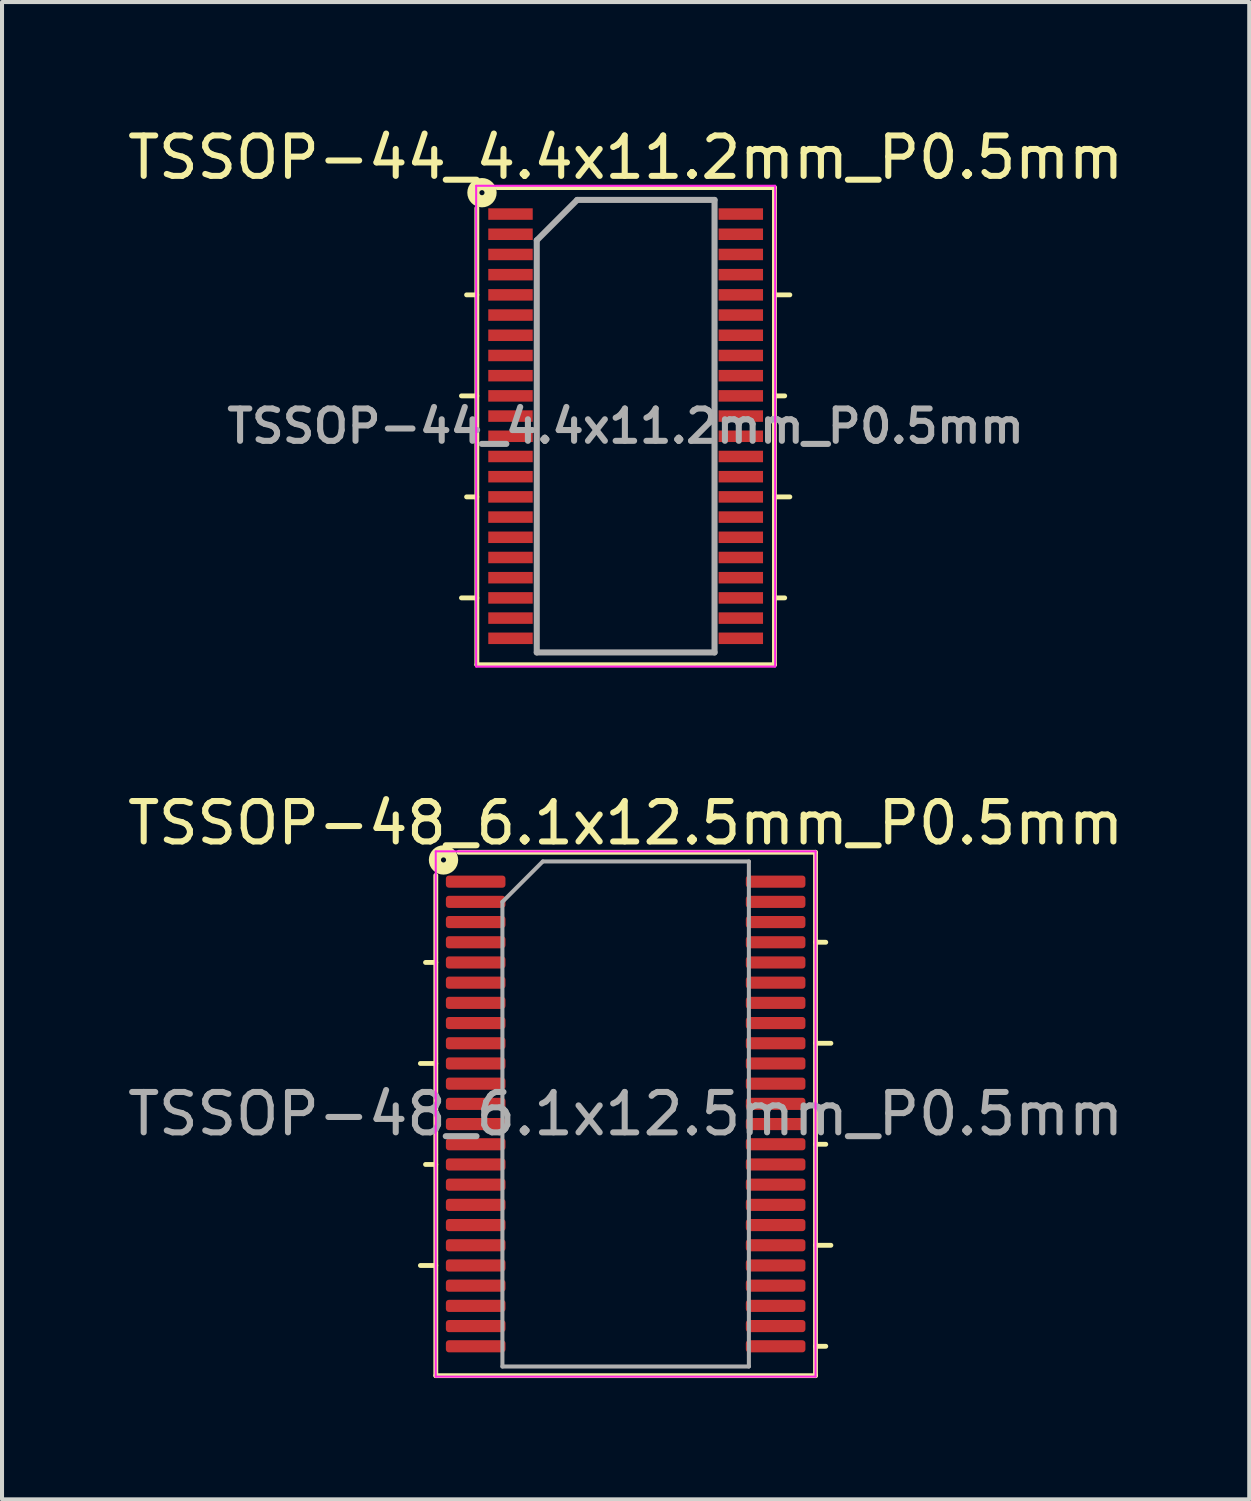
<source format=kicad_pcb>
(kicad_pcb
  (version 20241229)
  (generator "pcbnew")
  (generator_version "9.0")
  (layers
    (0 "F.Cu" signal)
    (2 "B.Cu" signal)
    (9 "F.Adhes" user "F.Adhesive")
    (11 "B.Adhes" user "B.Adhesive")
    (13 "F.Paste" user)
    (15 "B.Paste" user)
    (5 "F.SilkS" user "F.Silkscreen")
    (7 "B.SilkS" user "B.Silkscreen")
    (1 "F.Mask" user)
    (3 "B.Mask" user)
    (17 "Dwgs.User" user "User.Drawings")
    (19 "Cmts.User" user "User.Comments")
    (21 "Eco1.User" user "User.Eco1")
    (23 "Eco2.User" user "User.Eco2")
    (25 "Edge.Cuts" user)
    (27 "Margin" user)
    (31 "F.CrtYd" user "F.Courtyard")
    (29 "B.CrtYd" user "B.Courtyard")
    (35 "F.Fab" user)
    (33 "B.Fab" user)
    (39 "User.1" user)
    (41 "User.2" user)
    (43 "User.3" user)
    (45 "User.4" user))
  (footprint "TSSOP-48_6.1x12.5mm_P0.5mm"
    (layer "F.Cu")
    (at 12.435 24.521)
    (property "Reference" "TSSOP-48_6.1x12.5mm_P0.5mm" (at 0 -7.2 0) (layer "F.SilkS") (effects (font (size 1 1) (thickness 0.15))))
    (attr smd)
    (fp_line (start -4.699 -5.905) (end -4.699 6.477) (stroke (width 0.12) (type solid)) (layer "F.SilkS"))
    (fp_line (start -4.699 -3.75) (end -4.953 -3.75) (stroke (width 0.12) (type solid)) (layer "F.SilkS"))
    (fp_line (start -4.699 -1.25) (end -5.08 -1.25) (stroke (width 0.12) (type solid)) (layer "F.SilkS"))
    (fp_line (start -4.699 1.25) (end -4.953 1.25) (stroke (width 0.12) (type solid)) (layer "F.SilkS"))
    (fp_line (start -4.699 3.75) (end -5.08 3.75) (stroke (width 0.12) (type solid)) (layer "F.SilkS"))
    (fp_line (start -4.699 6.477) (end 4.699 6.477) (stroke (width 0.12) (type solid)) (layer "F.SilkS"))
    (fp_line (start 4.699 -6.477) (end -4.128 -6.477) (stroke (width 0.12) (type solid)) (layer "F.SilkS"))
    (fp_line (start 4.699 6.477) (end 4.699 -6.477) (stroke (width 0.12) (type solid)) (layer "F.SilkS"))
    (fp_line (start 4.953 -4.25) (end 4.699 -4.25) (stroke (width 0.12) (type solid)) (layer "F.SilkS"))
    (fp_line (start 4.953 0.75) (end 4.699 0.75) (stroke (width 0.12) (type solid)) (layer "F.SilkS"))
    (fp_line (start 4.953 5.75) (end 4.699 5.75) (stroke (width 0.12) (type solid)) (layer "F.SilkS"))
    (fp_line (start 5.08 -1.75) (end 4.699 -1.75) (stroke (width 0.12) (type solid)) (layer "F.SilkS"))
    (fp_line (start 5.08 3.25) (end 4.699 3.25) (stroke (width 0.12) (type solid)) (layer "F.SilkS"))
    (fp_circle (center -4.508 -6.287) (end -4.445 -6.287) (stroke (width 0.3) (type solid)) (fill no) (layer "F.SilkS"))
    (fp_line (start -4.7 -6.5) (end -4.7 6.5) (stroke (width 0.05) (type solid)) (layer "F.CrtYd"))
    (fp_line (start -4.7 6.5) (end 4.7 6.5) (stroke (width 0.05) (type solid)) (layer "F.CrtYd"))
    (fp_line (start 4.7 -6.5) (end -4.7 -6.5) (stroke (width 0.05) (type solid)) (layer "F.CrtYd"))
    (fp_line (start 4.7 6.5) (end 4.7 -6.5) (stroke (width 0.05) (type solid)) (layer "F.CrtYd"))
    (fp_line (start -3.05 -5.25) (end -2.05 -6.25) (stroke (width 0.1) (type solid)) (layer "F.Fab"))
    (fp_line (start -3.05 6.25) (end -3.05 -5.25) (stroke (width 0.1) (type solid)) (layer "F.Fab"))
    (fp_line (start -2.05 -6.25) (end 3.05 -6.25) (stroke (width 0.1) (type solid)) (layer "F.Fab"))
    (fp_line (start 3.05 -6.25) (end 3.05 6.25) (stroke (width 0.1) (type solid)) (layer "F.Fab"))
    (fp_line (start 3.05 6.25) (end -3.05 6.25) (stroke (width 0.1) (type solid)) (layer "F.Fab"))
    (fp_text user "${REFERENCE}" (at 0 0 0) (layer "F.Fab") (effects (font (size 1 1) (thickness 0.15))))
    (pad "1" smd roundrect (at -3.712 -5.75) (size 1.475 0.3) (layers "F.Cu" "F.Mask" "F.Paste") (roundrect_rratio 0.25))
    (pad "2" smd roundrect (at -3.712 -5.25) (size 1.475 0.3) (layers "F.Cu" "F.Mask" "F.Paste") (roundrect_rratio 0.25))
    (pad "3" smd roundrect (at -3.712 -4.75) (size 1.475 0.3) (layers "F.Cu" "F.Mask" "F.Paste") (roundrect_rratio 0.25))
    (pad "4" smd roundrect (at -3.712 -4.25) (size 1.475 0.3) (layers "F.Cu" "F.Mask" "F.Paste") (roundrect_rratio 0.25))
    (pad "5" smd roundrect (at -3.712 -3.75) (size 1.475 0.3) (layers "F.Cu" "F.Mask" "F.Paste") (roundrect_rratio 0.25))
    (pad "6" smd roundrect (at -3.712 -3.25) (size 1.475 0.3) (layers "F.Cu" "F.Mask" "F.Paste") (roundrect_rratio 0.25))
    (pad "7" smd roundrect (at -3.712 -2.75) (size 1.475 0.3) (layers "F.Cu" "F.Mask" "F.Paste") (roundrect_rratio 0.25))
    (pad "8" smd roundrect (at -3.712 -2.25) (size 1.475 0.3) (layers "F.Cu" "F.Mask" "F.Paste") (roundrect_rratio 0.25))
    (pad "9" smd roundrect (at -3.712 -1.75) (size 1.475 0.3) (layers "F.Cu" "F.Mask" "F.Paste") (roundrect_rratio 0.25))
    (pad "10" smd roundrect (at -3.712 -1.25) (size 1.475 0.3) (layers "F.Cu" "F.Mask" "F.Paste") (roundrect_rratio 0.25))
    (pad "11" smd roundrect (at -3.712 -0.75) (size 1.475 0.3) (layers "F.Cu" "F.Mask" "F.Paste") (roundrect_rratio 0.25))
    (pad "12" smd roundrect (at -3.712 -0.25) (size 1.475 0.3) (layers "F.Cu" "F.Mask" "F.Paste") (roundrect_rratio 0.25))
    (pad "13" smd roundrect (at -3.712 0.25) (size 1.475 0.3) (layers "F.Cu" "F.Mask" "F.Paste") (roundrect_rratio 0.25))
    (pad "14" smd roundrect (at -3.712 0.75) (size 1.475 0.3) (layers "F.Cu" "F.Mask" "F.Paste") (roundrect_rratio 0.25))
    (pad "15" smd roundrect (at -3.712 1.25) (size 1.475 0.3) (layers "F.Cu" "F.Mask" "F.Paste") (roundrect_rratio 0.25))
    (pad "16" smd roundrect (at -3.712 1.75) (size 1.475 0.3) (layers "F.Cu" "F.Mask" "F.Paste") (roundrect_rratio 0.25))
    (pad "17" smd roundrect (at -3.712 2.25) (size 1.475 0.3) (layers "F.Cu" "F.Mask" "F.Paste") (roundrect_rratio 0.25))
    (pad "18" smd roundrect (at -3.712 2.75) (size 1.475 0.3) (layers "F.Cu" "F.Mask" "F.Paste") (roundrect_rratio 0.25))
    (pad "19" smd roundrect (at -3.712 3.25) (size 1.475 0.3) (layers "F.Cu" "F.Mask" "F.Paste") (roundrect_rratio 0.25))
    (pad "20" smd roundrect (at -3.712 3.75) (size 1.475 0.3) (layers "F.Cu" "F.Mask" "F.Paste") (roundrect_rratio 0.25))
    (pad "21" smd roundrect (at -3.712 4.25) (size 1.475 0.3) (layers "F.Cu" "F.Mask" "F.Paste") (roundrect_rratio 0.25))
    (pad "22" smd roundrect (at -3.712 4.75) (size 1.475 0.3) (layers "F.Cu" "F.Mask" "F.Paste") (roundrect_rratio 0.25))
    (pad "23" smd roundrect (at -3.712 5.25) (size 1.475 0.3) (layers "F.Cu" "F.Mask" "F.Paste") (roundrect_rratio 0.25))
    (pad "24" smd roundrect (at -3.712 5.75) (size 1.475 0.3) (layers "F.Cu" "F.Mask" "F.Paste") (roundrect_rratio 0.25))
    (pad "25" smd roundrect (at 3.712 5.75) (size 1.475 0.3) (layers "F.Cu" "F.Mask" "F.Paste") (roundrect_rratio 0.25))
    (pad "26" smd roundrect (at 3.712 5.25) (size 1.475 0.3) (layers "F.Cu" "F.Mask" "F.Paste") (roundrect_rratio 0.25))
    (pad "27" smd roundrect (at 3.712 4.75) (size 1.475 0.3) (layers "F.Cu" "F.Mask" "F.Paste") (roundrect_rratio 0.25))
    (pad "28" smd roundrect (at 3.712 4.25) (size 1.475 0.3) (layers "F.Cu" "F.Mask" "F.Paste") (roundrect_rratio 0.25))
    (pad "29" smd roundrect (at 3.712 3.75) (size 1.475 0.3) (layers "F.Cu" "F.Mask" "F.Paste") (roundrect_rratio 0.25))
    (pad "30" smd roundrect (at 3.712 3.25) (size 1.475 0.3) (layers "F.Cu" "F.Mask" "F.Paste") (roundrect_rratio 0.25))
    (pad "31" smd roundrect (at 3.712 2.75) (size 1.475 0.3) (layers "F.Cu" "F.Mask" "F.Paste") (roundrect_rratio 0.25))
    (pad "32" smd roundrect (at 3.712 2.25) (size 1.475 0.3) (layers "F.Cu" "F.Mask" "F.Paste") (roundrect_rratio 0.25))
    (pad "33" smd roundrect (at 3.712 1.75) (size 1.475 0.3) (layers "F.Cu" "F.Mask" "F.Paste") (roundrect_rratio 0.25))
    (pad "34" smd roundrect (at 3.712 1.25) (size 1.475 0.3) (layers "F.Cu" "F.Mask" "F.Paste") (roundrect_rratio 0.25))
    (pad "35" smd roundrect (at 3.712 0.75) (size 1.475 0.3) (layers "F.Cu" "F.Mask" "F.Paste") (roundrect_rratio 0.25))
    (pad "36" smd roundrect (at 3.712 0.25) (size 1.475 0.3) (layers "F.Cu" "F.Mask" "F.Paste") (roundrect_rratio 0.25))
    (pad "37" smd roundrect (at 3.712 -0.25) (size 1.475 0.3) (layers "F.Cu" "F.Mask" "F.Paste") (roundrect_rratio 0.25))
    (pad "38" smd roundrect (at 3.712 -0.75) (size 1.475 0.3) (layers "F.Cu" "F.Mask" "F.Paste") (roundrect_rratio 0.25))
    (pad "39" smd roundrect (at 3.712 -1.25) (size 1.475 0.3) (layers "F.Cu" "F.Mask" "F.Paste") (roundrect_rratio 0.25))
    (pad "40" smd roundrect (at 3.712 -1.75) (size 1.475 0.3) (layers "F.Cu" "F.Mask" "F.Paste") (roundrect_rratio 0.25))
    (pad "41" smd roundrect (at 3.712 -2.25) (size 1.475 0.3) (layers "F.Cu" "F.Mask" "F.Paste") (roundrect_rratio 0.25))
    (pad "42" smd roundrect (at 3.712 -2.75) (size 1.475 0.3) (layers "F.Cu" "F.Mask" "F.Paste") (roundrect_rratio 0.25))
    (pad "43" smd roundrect (at 3.712 -3.25) (size 1.475 0.3) (layers "F.Cu" "F.Mask" "F.Paste") (roundrect_rratio 0.25))
    (pad "44" smd roundrect (at 3.712 -3.75) (size 1.475 0.3) (layers "F.Cu" "F.Mask" "F.Paste") (roundrect_rratio 0.25))
    (pad "45" smd roundrect (at 3.712 -4.25) (size 1.475 0.3) (layers "F.Cu" "F.Mask" "F.Paste") (roundrect_rratio 0.25))
    (pad "46" smd roundrect (at 3.712 -4.75) (size 1.475 0.3) (layers "F.Cu" "F.Mask" "F.Paste") (roundrect_rratio 0.25))
    (pad "47" smd roundrect (at 3.712 -5.25) (size 1.475 0.3) (layers "F.Cu" "F.Mask" "F.Paste") (roundrect_rratio 0.25))
    (pad "48" smd roundrect (at 3.712 -5.75) (size 1.475 0.3) (layers "F.Cu" "F.Mask" "F.Paste") (roundrect_rratio 0.25)))
  (footprint "TSSOP-44_4.4x11.2mm_P0.5mm"
    (layer "F.Cu")
    (at 12.435 7.498)
    (property "Reference" "TSSOP-44_4.4x11.2mm_P0.5mm" (at 0 -6.65 0) (layer "F.SilkS") (effects (font (size 1 1) (thickness 0.15))))
    (attr smd)
    (fp_line (start -4.064 -0.75) (end -3.683 -0.75) (stroke (width 0.12) (type solid)) (layer "F.SilkS"))
    (fp_line (start -4.064 4.25) (end -3.683 4.25) (stroke (width 0.12) (type solid)) (layer "F.SilkS"))
    (fp_line (start -3.937 -3.25) (end -3.683 -3.25) (stroke (width 0.12) (type solid)) (layer "F.SilkS"))
    (fp_line (start -3.937 1.75) (end -3.683 1.75) (stroke (width 0.12) (type solid)) (layer "F.SilkS"))
    (fp_line (start -3.683 -5.397) (end -3.683 5.905) (stroke (width 0.12) (type solid)) (layer "F.SilkS"))
    (fp_line (start -3.683 5.905) (end 3.683 5.905) (stroke (width 0.12) (type solid)) (layer "F.SilkS"))
    (fp_line (start 3.683 -5.905) (end -3.175 -5.905) (stroke (width 0.12) (type solid)) (layer "F.SilkS"))
    (fp_line (start 3.683 -3.25) (end 4.064 -3.25) (stroke (width 0.12) (type solid)) (layer "F.SilkS"))
    (fp_line (start 3.683 -0.75) (end 3.937 -0.75) (stroke (width 0.12) (type solid)) (layer "F.SilkS"))
    (fp_line (start 3.683 1.75) (end 4.064 1.75) (stroke (width 0.12) (type solid)) (layer "F.SilkS"))
    (fp_line (start 3.683 4.25) (end 3.937 4.25) (stroke (width 0.12) (type solid)) (layer "F.SilkS"))
    (fp_line (start 3.683 5.905) (end 3.683 -5.905) (stroke (width 0.12) (type solid)) (layer "F.SilkS"))
    (fp_circle (center -3.556 -5.779) (end -3.493 -5.779) (stroke (width 0.3) (type solid)) (fill no) (layer "F.SilkS"))
    (fp_line (start -3.7 -5.95) (end -3.7 5.95) (stroke (width 0.05) (type solid)) (layer "F.CrtYd"))
    (fp_line (start -3.7 -5.95) (end 3.7 -5.95) (stroke (width 0.05) (type solid)) (layer "F.CrtYd"))
    (fp_line (start -3.7 5.95) (end 3.7 5.95) (stroke (width 0.05) (type solid)) (layer "F.CrtYd"))
    (fp_line (start 3.7 -5.95) (end 3.7 5.95) (stroke (width 0.05) (type solid)) (layer "F.CrtYd"))
    (fp_line (start -2.2 -4.6) (end -1.2 -5.6) (stroke (width 0.15) (type solid)) (layer "F.Fab"))
    (fp_line (start -2.2 5.6) (end -2.2 -4.6) (stroke (width 0.15) (type solid)) (layer "F.Fab"))
    (fp_line (start -1.2 -5.6) (end 2.2 -5.6) (stroke (width 0.15) (type solid)) (layer "F.Fab"))
    (fp_line (start 2.2 -5.6) (end 2.2 5.6) (stroke (width 0.15) (type solid)) (layer "F.Fab"))
    (fp_line (start 2.2 5.6) (end -2.2 5.6) (stroke (width 0.15) (type solid)) (layer "F.Fab"))
    (fp_text user "${REFERENCE}" (at 0 0 0) (layer "F.Fab") (effects (font (size 0.8 0.8) (thickness 0.15))))
    (pad "1" smd rect (at -2.85 -5.25) (size 1.1 0.285) (layers "F.Cu" "F.Mask" "F.Paste"))
    (pad "2" smd rect (at -2.85 -4.75) (size 1.1 0.285) (layers "F.Cu" "F.Mask" "F.Paste"))
    (pad "3" smd rect (at -2.85 -4.25) (size 1.1 0.285) (layers "F.Cu" "F.Mask" "F.Paste"))
    (pad "4" smd rect (at -2.85 -3.75) (size 1.1 0.285) (layers "F.Cu" "F.Mask" "F.Paste"))
    (pad "5" smd rect (at -2.85 -3.25) (size 1.1 0.285) (layers "F.Cu" "F.Mask" "F.Paste"))
    (pad "6" smd rect (at -2.85 -2.75) (size 1.1 0.285) (layers "F.Cu" "F.Mask" "F.Paste"))
    (pad "7" smd rect (at -2.85 -2.25) (size 1.1 0.285) (layers "F.Cu" "F.Mask" "F.Paste"))
    (pad "8" smd rect (at -2.85 -1.75) (size 1.1 0.285) (layers "F.Cu" "F.Mask" "F.Paste"))
    (pad "9" smd rect (at -2.85 -1.25) (size 1.1 0.285) (layers "F.Cu" "F.Mask" "F.Paste"))
    (pad "10" smd rect (at -2.85 -0.75) (size 1.1 0.285) (layers "F.Cu" "F.Mask" "F.Paste"))
    (pad "11" smd rect (at -2.85 -0.25) (size 1.1 0.285) (layers "F.Cu" "F.Mask" "F.Paste"))
    (pad "12" smd rect (at -2.85 0.25) (size 1.1 0.285) (layers "F.Cu" "F.Mask" "F.Paste"))
    (pad "13" smd rect (at -2.85 0.75) (size 1.1 0.285) (layers "F.Cu" "F.Mask" "F.Paste"))
    (pad "14" smd rect (at -2.85 1.25) (size 1.1 0.285) (layers "F.Cu" "F.Mask" "F.Paste"))
    (pad "15" smd rect (at -2.85 1.75) (size 1.1 0.285) (layers "F.Cu" "F.Mask" "F.Paste"))
    (pad "16" smd rect (at -2.85 2.25) (size 1.1 0.285) (layers "F.Cu" "F.Mask" "F.Paste"))
    (pad "17" smd rect (at -2.85 2.75) (size 1.1 0.285) (layers "F.Cu" "F.Mask" "F.Paste"))
    (pad "18" smd rect (at -2.85 3.25) (size 1.1 0.285) (layers "F.Cu" "F.Mask" "F.Paste"))
    (pad "19" smd rect (at -2.85 3.75) (size 1.1 0.285) (layers "F.Cu" "F.Mask" "F.Paste"))
    (pad "20" smd rect (at -2.85 4.25) (size 1.1 0.285) (layers "F.Cu" "F.Mask" "F.Paste"))
    (pad "21" smd rect (at -2.85 4.75) (size 1.1 0.285) (layers "F.Cu" "F.Mask" "F.Paste"))
    (pad "22" smd rect (at -2.85 5.25) (size 1.1 0.285) (layers "F.Cu" "F.Mask" "F.Paste"))
    (pad "23" smd rect (at 2.85 5.25) (size 1.1 0.285) (layers "F.Cu" "F.Mask" "F.Paste"))
    (pad "24" smd rect (at 2.85 4.75) (size 1.1 0.285) (layers "F.Cu" "F.Mask" "F.Paste"))
    (pad "25" smd rect (at 2.85 4.25) (size 1.1 0.285) (layers "F.Cu" "F.Mask" "F.Paste"))
    (pad "26" smd rect (at 2.85 3.75) (size 1.1 0.285) (layers "F.Cu" "F.Mask" "F.Paste"))
    (pad "27" smd rect (at 2.85 3.25) (size 1.1 0.285) (layers "F.Cu" "F.Mask" "F.Paste"))
    (pad "28" smd rect (at 2.85 2.75) (size 1.1 0.285) (layers "F.Cu" "F.Mask" "F.Paste"))
    (pad "29" smd rect (at 2.85 2.25) (size 1.1 0.285) (layers "F.Cu" "F.Mask" "F.Paste"))
    (pad "30" smd rect (at 2.85 1.75) (size 1.1 0.285) (layers "F.Cu" "F.Mask" "F.Paste"))
    (pad "31" smd rect (at 2.85 1.25) (size 1.1 0.285) (layers "F.Cu" "F.Mask" "F.Paste"))
    (pad "32" smd rect (at 2.85 0.75) (size 1.1 0.285) (layers "F.Cu" "F.Mask" "F.Paste"))
    (pad "33" smd rect (at 2.85 0.25) (size 1.1 0.285) (layers "F.Cu" "F.Mask" "F.Paste"))
    (pad "34" smd rect (at 2.85 -0.25) (size 1.1 0.285) (layers "F.Cu" "F.Mask" "F.Paste"))
    (pad "35" smd rect (at 2.85 -0.75) (size 1.1 0.285) (layers "F.Cu" "F.Mask" "F.Paste"))
    (pad "36" smd rect (at 2.85 -1.25) (size 1.1 0.285) (layers "F.Cu" "F.Mask" "F.Paste"))
    (pad "37" smd rect (at 2.85 -1.75) (size 1.1 0.285) (layers "F.Cu" "F.Mask" "F.Paste"))
    (pad "38" smd rect (at 2.85 -2.25) (size 1.1 0.285) (layers "F.Cu" "F.Mask" "F.Paste"))
    (pad "39" smd rect (at 2.85 -2.75) (size 1.1 0.285) (layers "F.Cu" "F.Mask" "F.Paste"))
    (pad "40" smd rect (at 2.85 -3.25) (size 1.1 0.285) (layers "F.Cu" "F.Mask" "F.Paste"))
    (pad "41" smd rect (at 2.85 -3.75) (size 1.1 0.285) (layers "F.Cu" "F.Mask" "F.Paste"))
    (pad "42" smd rect (at 2.85 -4.25) (size 1.1 0.285) (layers "F.Cu" "F.Mask" "F.Paste"))
    (pad "43" smd rect (at 2.85 -4.75) (size 1.1 0.285) (layers "F.Cu" "F.Mask" "F.Paste"))
    (pad "44" smd rect (at 2.85 -5.25) (size 1.1 0.285) (layers "F.Cu" "F.Mask" "F.Paste")))
  (gr_rect
    (start -3 -3)
    (end 27.869 34.059)
    (stroke (width 0.1) (type default))
    (fill no)
    (layer "Edge.Cuts")))
</source>
